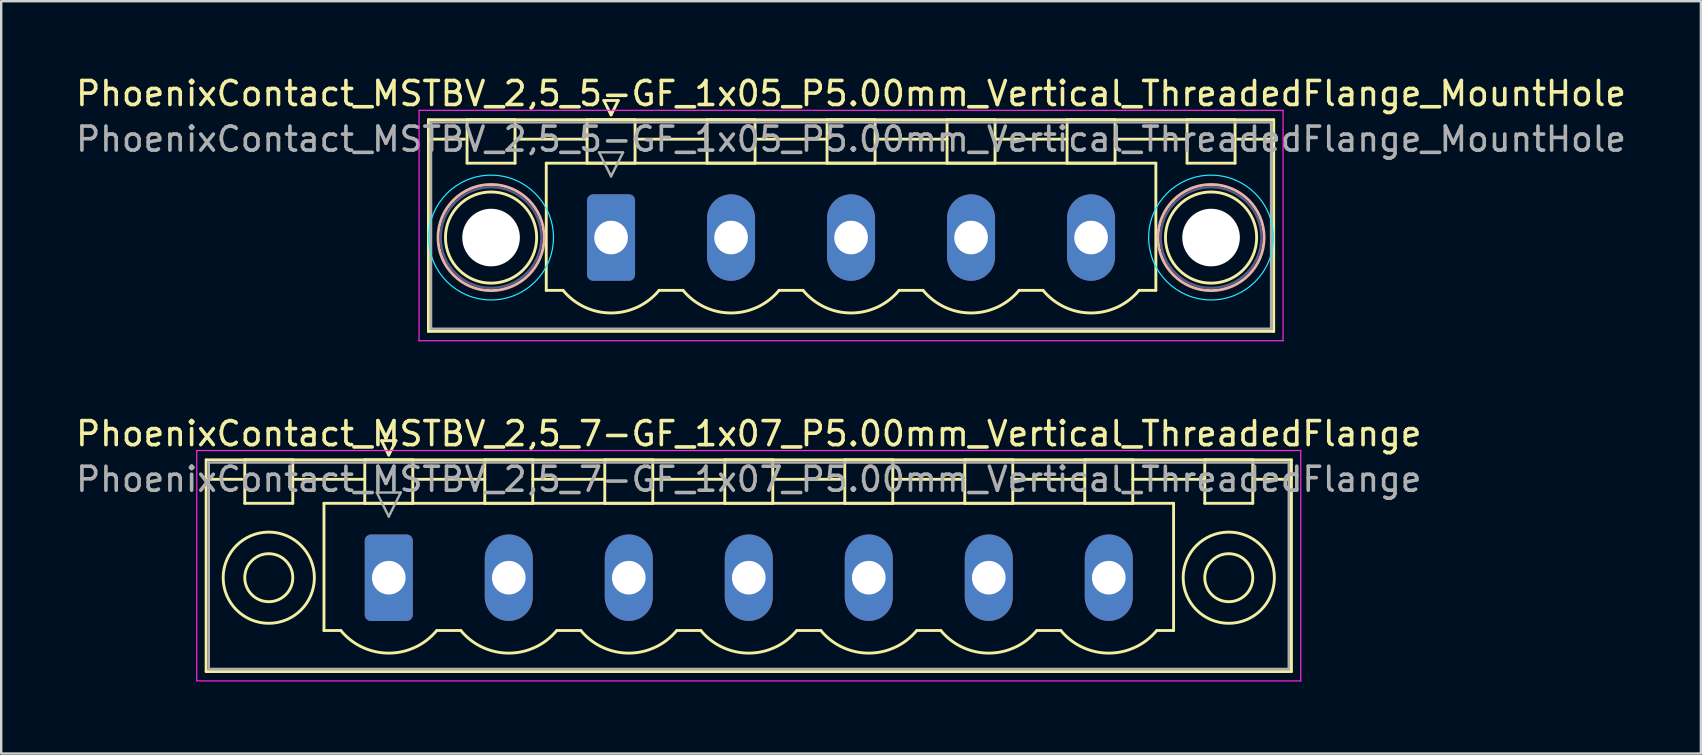
<source format=kicad_pcb>
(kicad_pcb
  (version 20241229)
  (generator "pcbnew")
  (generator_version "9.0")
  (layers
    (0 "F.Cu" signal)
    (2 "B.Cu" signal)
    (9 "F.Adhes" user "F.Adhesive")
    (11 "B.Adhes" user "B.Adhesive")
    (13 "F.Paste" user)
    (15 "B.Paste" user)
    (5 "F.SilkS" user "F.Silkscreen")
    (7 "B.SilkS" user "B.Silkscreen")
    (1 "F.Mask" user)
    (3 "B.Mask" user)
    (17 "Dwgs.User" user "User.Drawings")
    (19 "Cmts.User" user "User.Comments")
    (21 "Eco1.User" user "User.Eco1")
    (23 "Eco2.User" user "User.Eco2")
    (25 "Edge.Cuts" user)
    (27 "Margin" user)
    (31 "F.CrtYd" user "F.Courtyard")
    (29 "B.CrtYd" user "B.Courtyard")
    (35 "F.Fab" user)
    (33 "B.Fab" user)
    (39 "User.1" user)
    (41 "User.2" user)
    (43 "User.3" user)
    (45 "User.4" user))
  (footprint "PhoenixContact_MSTBV_2,5_5-GF_1x05_P5.00mm_Vertical_ThreadedFlange_MountHole"
    (layer "F.Cu")
    (at 22.411 6.848)
    (property "Reference" "PhoenixContact_MSTBV_2,5_5-GF_1x05_P5.00mm_Vertical_ThreadedFlange_MountHole" (at 10 -6 0) (layer "F.SilkS") (effects (font (size 1 1) (thickness 0.15))))
    (attr through_hole)
    (fp_line (start -7.61 -4.91) (end -7.61 3.91) (stroke (width 0.12) (type solid)) (layer "F.SilkS"))
    (fp_line (start -7.61 -4.1) (end -6.11 -4.1) (stroke (width 0.12) (type solid)) (layer "F.SilkS"))
    (fp_line (start -7.61 3.91) (end 27.61 3.91) (stroke (width 0.12) (type solid)) (layer "F.SilkS"))
    (fp_line (start -6 -4.91) (end -4 -4.91) (stroke (width 0.12) (type solid)) (layer "F.SilkS"))
    (fp_line (start -6 -3.1) (end -6 -4.91) (stroke (width 0.12) (type solid)) (layer "F.SilkS"))
    (fp_line (start -4 -4.91) (end -4 -3.1) (stroke (width 0.12) (type solid)) (layer "F.SilkS"))
    (fp_line (start -4 -4.1) (end -1 -4.1) (stroke (width 0.12) (type solid)) (layer "F.SilkS"))
    (fp_line (start -4 -3.1) (end -6 -3.1) (stroke (width 0.12) (type solid)) (layer "F.SilkS"))
    (fp_line (start -2.7 -3.1) (end 22.7 -3.1) (stroke (width 0.12) (type solid)) (layer "F.SilkS"))
    (fp_line (start -2.7 2.2) (end -2.7 -3.1) (stroke (width 0.12) (type solid)) (layer "F.SilkS"))
    (fp_line (start -2 2.2) (end -2.7 2.2) (stroke (width 0.12) (type solid)) (layer "F.SilkS"))
    (fp_line (start -1 -4.91) (end 1 -4.91) (stroke (width 0.12) (type solid)) (layer "F.SilkS"))
    (fp_line (start -1 -3.1) (end -1 -4.91) (stroke (width 0.12) (type solid)) (layer "F.SilkS"))
    (fp_line (start -0.3 -5.71) (end 0.3 -5.71) (stroke (width 0.12) (type solid)) (layer "F.SilkS"))
    (fp_line (start 0 -5.11) (end -0.3 -5.71) (stroke (width 0.12) (type solid)) (layer "F.SilkS"))
    (fp_line (start 0.3 -5.71) (end 0 -5.11) (stroke (width 0.12) (type solid)) (layer "F.SilkS"))
    (fp_line (start 1 -4.91) (end 1 -3.1) (stroke (width 0.12) (type solid)) (layer "F.SilkS"))
    (fp_line (start 1 -4.1) (end 4 -4.1) (stroke (width 0.12) (type solid)) (layer "F.SilkS"))
    (fp_line (start 1 -3.1) (end -1 -3.1) (stroke (width 0.12) (type solid)) (layer "F.SilkS"))
    (fp_line (start 2 2.2) (end 3 2.2) (stroke (width 0.12) (type solid)) (layer "F.SilkS"))
    (fp_line (start 4 -4.91) (end 6 -4.91) (stroke (width 0.12) (type solid)) (layer "F.SilkS"))
    (fp_line (start 4 -3.1) (end 4 -4.91) (stroke (width 0.12) (type solid)) (layer "F.SilkS"))
    (fp_line (start 6 -4.91) (end 6 -3.1) (stroke (width 0.12) (type solid)) (layer "F.SilkS"))
    (fp_line (start 6 -4.1) (end 9 -4.1) (stroke (width 0.12) (type solid)) (layer "F.SilkS"))
    (fp_line (start 6 -3.1) (end 4 -3.1) (stroke (width 0.12) (type solid)) (layer "F.SilkS"))
    (fp_line (start 7 2.2) (end 8 2.2) (stroke (width 0.12) (type solid)) (layer "F.SilkS"))
    (fp_line (start 9 -4.91) (end 11 -4.91) (stroke (width 0.12) (type solid)) (layer "F.SilkS"))
    (fp_line (start 9 -3.1) (end 9 -4.91) (stroke (width 0.12) (type solid)) (layer "F.SilkS"))
    (fp_line (start 11 -4.91) (end 11 -3.1) (stroke (width 0.12) (type solid)) (layer "F.SilkS"))
    (fp_line (start 11 -4.1) (end 14 -4.1) (stroke (width 0.12) (type solid)) (layer "F.SilkS"))
    (fp_line (start 11 -3.1) (end 9 -3.1) (stroke (width 0.12) (type solid)) (layer "F.SilkS"))
    (fp_line (start 12 2.2) (end 13 2.2) (stroke (width 0.12) (type solid)) (layer "F.SilkS"))
    (fp_line (start 14 -4.91) (end 16 -4.91) (stroke (width 0.12) (type solid)) (layer "F.SilkS"))
    (fp_line (start 14 -3.1) (end 14 -4.91) (stroke (width 0.12) (type solid)) (layer "F.SilkS"))
    (fp_line (start 16 -4.91) (end 16 -3.1) (stroke (width 0.12) (type solid)) (layer "F.SilkS"))
    (fp_line (start 16 -4.1) (end 19 -4.1) (stroke (width 0.12) (type solid)) (layer "F.SilkS"))
    (fp_line (start 16 -3.1) (end 14 -3.1) (stroke (width 0.12) (type solid)) (layer "F.SilkS"))
    (fp_line (start 17 2.2) (end 18 2.2) (stroke (width 0.12) (type solid)) (layer "F.SilkS"))
    (fp_line (start 19 -4.91) (end 21 -4.91) (stroke (width 0.12) (type solid)) (layer "F.SilkS"))
    (fp_line (start 19 -3.1) (end 19 -4.91) (stroke (width 0.12) (type solid)) (layer "F.SilkS"))
    (fp_line (start 21 -4.91) (end 21 -3.1) (stroke (width 0.12) (type solid)) (layer "F.SilkS"))
    (fp_line (start 21 -4.1) (end 24 -4.1) (stroke (width 0.12) (type solid)) (layer "F.SilkS"))
    (fp_line (start 21 -3.1) (end 19 -3.1) (stroke (width 0.12) (type solid)) (layer "F.SilkS"))
    (fp_line (start 22.7 -3.1) (end 22.7 2.2) (stroke (width 0.12) (type solid)) (layer "F.SilkS"))
    (fp_line (start 22.7 2.2) (end 22 2.2) (stroke (width 0.12) (type solid)) (layer "F.SilkS"))
    (fp_line (start 24 -4.91) (end 26 -4.91) (stroke (width 0.12) (type solid)) (layer "F.SilkS"))
    (fp_line (start 24 -3.1) (end 24 -4.91) (stroke (width 0.12) (type solid)) (layer "F.SilkS"))
    (fp_line (start 26 -4.91) (end 26 -3.1) (stroke (width 0.12) (type solid)) (layer "F.SilkS"))
    (fp_line (start 26 -3.1) (end 24 -3.1) (stroke (width 0.12) (type solid)) (layer "F.SilkS"))
    (fp_line (start 27.61 -4.91) (end -7.61 -4.91) (stroke (width 0.12) (type solid)) (layer "F.SilkS"))
    (fp_line (start 27.61 -4.1) (end 26.11 -4.1) (stroke (width 0.12) (type solid)) (layer "F.SilkS"))
    (fp_line (start 27.61 3.91) (end 27.61 -4.91) (stroke (width 0.12) (type solid)) (layer "F.SilkS"))
    (fp_arc (start 1.986842 2.215821) (mid -0.010289 3.142758) (end -2 2.2) (stroke (width 0.12) (type solid)) (layer "F.SilkS"))
    (fp_arc (start 6.986842 2.215821) (mid 4.989711 3.142758) (end 3 2.2) (stroke (width 0.12) (type solid)) (layer "F.SilkS"))
    (fp_arc (start 11.986842 2.215821) (mid 9.989711 3.142758) (end 8 2.2) (stroke (width 0.12) (type solid)) (layer "F.SilkS"))
    (fp_arc (start 16.986842 2.215821) (mid 14.989711 3.142758) (end 13 2.2) (stroke (width 0.12) (type solid)) (layer "F.SilkS"))
    (fp_arc (start 21.986842 2.215821) (mid 19.989711 3.142758) (end 18 2.2) (stroke (width 0.12) (type solid)) (layer "F.SilkS"))
    (fp_circle (center -5 0) (end -3.1 0) (stroke (width 0.12) (type solid)) (fill no) (layer "F.SilkS"))
    (fp_circle (center 25 0) (end 26.9 0) (stroke (width 0.12) (type solid)) (fill no) (layer "F.SilkS"))
    (fp_circle (center -5 0) (end -2.79 0) (stroke (width 0.12) (type solid)) (fill no) (layer "B.SilkS"))
    (fp_circle (center 25 0) (end 27.21 0) (stroke (width 0.12) (type solid)) (fill no) (layer "B.SilkS"))
    (fp_circle (center -5 0) (end -2.4 0) (stroke (width 0.05) (type solid)) (fill no) (layer "B.CrtYd"))
    (fp_circle (center 25 0) (end 27.6 0) (stroke (width 0.05) (type solid)) (fill no) (layer "B.CrtYd"))
    (fp_line (start -8 -5.3) (end -8 4.3) (stroke (width 0.05) (type solid)) (layer "F.CrtYd"))
    (fp_line (start -8 4.3) (end 28 4.3) (stroke (width 0.05) (type solid)) (layer "F.CrtYd"))
    (fp_line (start 28 -5.3) (end -8 -5.3) (stroke (width 0.05) (type solid)) (layer "F.CrtYd"))
    (fp_line (start 28 4.3) (end 28 -5.3) (stroke (width 0.05) (type solid)) (layer "F.CrtYd"))
    (fp_circle (center -5 0) (end -2.9 0) (stroke (width 0.1) (type solid)) (fill no) (layer "B.Fab"))
    (fp_circle (center 25 0) (end 27.1 0) (stroke (width 0.1) (type solid)) (fill no) (layer "B.Fab"))
    (fp_line (start -7.5 -4.8) (end -7.5 3.8) (stroke (width 0.1) (type solid)) (layer "F.Fab"))
    (fp_line (start -7.5 3.8) (end 27.5 3.8) (stroke (width 0.1) (type solid)) (layer "F.Fab"))
    (fp_line (start -0.5 -3.55) (end 0.5 -3.55) (stroke (width 0.1) (type solid)) (layer "F.Fab"))
    (fp_line (start 0 -2.55) (end -0.5 -3.55) (stroke (width 0.1) (type solid)) (layer "F.Fab"))
    (fp_line (start 0.5 -3.55) (end 0 -2.55) (stroke (width 0.1) (type solid)) (layer "F.Fab"))
    (fp_line (start 27.5 -4.8) (end -7.5 -4.8) (stroke (width 0.1) (type solid)) (layer "F.Fab"))
    (fp_line (start 27.5 3.8) (end 27.5 -4.8) (stroke (width 0.1) (type solid)) (layer "F.Fab"))
    (fp_text user "${REFERENCE}" (at 10 -4.1 0) (layer "F.Fab") (effects (font (size 1 1) (thickness 0.15))))
    (pad "" np_thru_hole circle (at -5 0) (size 2.4 2.4) (drill 2.4) (layers "*.Cu" "*.Mask"))
    (pad "" np_thru_hole circle (at 25 0) (size 2.4 2.4) (drill 2.4) (layers "*.Cu" "*.Mask"))
    (pad "1" thru_hole roundrect (at 0 0) (size 2 3.6) (drill 1.4) (layers "*.Cu" "*.Mask") (roundrect_rratio 0.125))
    (pad "2" thru_hole oval (at 5 0) (size 2 3.6) (drill 1.4) (layers "*.Cu" "*.Mask"))
    (pad "3" thru_hole oval (at 10 0) (size 2 3.6) (drill 1.4) (layers "*.Cu" "*.Mask"))
    (pad "4" thru_hole oval (at 15 0) (size 2 3.6) (drill 1.4) (layers "*.Cu" "*.Mask"))
    (pad "5" thru_hole oval (at 20 0) (size 2 3.6) (drill 1.4) (layers "*.Cu" "*.Mask")))
  (footprint "PhoenixContact_MSTBV_2,5_7-GF_1x07_P5.00mm_Vertical_ThreadedFlange"
    (layer "F.Cu")
    (at 13.149 21.021)
    (property "Reference" "PhoenixContact_MSTBV_2,5_7-GF_1x07_P5.00mm_Vertical_ThreadedFlange" (at 15 -6 0) (layer "F.SilkS") (effects (font (size 1 1) (thickness 0.15))))
    (attr through_hole)
    (fp_line (start -7.61 -4.91) (end -7.61 3.91) (stroke (width 0.12) (type solid)) (layer "F.SilkS"))
    (fp_line (start -7.61 -4.1) (end -6.11 -4.1) (stroke (width 0.12) (type solid)) (layer "F.SilkS"))
    (fp_line (start -7.61 3.91) (end 37.61 3.91) (stroke (width 0.12) (type solid)) (layer "F.SilkS"))
    (fp_line (start -6 -4.91) (end -4 -4.91) (stroke (width 0.12) (type solid)) (layer "F.SilkS"))
    (fp_line (start -6 -3.1) (end -6 -4.91) (stroke (width 0.12) (type solid)) (layer "F.SilkS"))
    (fp_line (start -4 -4.91) (end -4 -3.1) (stroke (width 0.12) (type solid)) (layer "F.SilkS"))
    (fp_line (start -4 -4.1) (end -1 -4.1) (stroke (width 0.12) (type solid)) (layer "F.SilkS"))
    (fp_line (start -4 -3.1) (end -6 -3.1) (stroke (width 0.12) (type solid)) (layer "F.SilkS"))
    (fp_line (start -2.7 -3.1) (end 32.7 -3.1) (stroke (width 0.12) (type solid)) (layer "F.SilkS"))
    (fp_line (start -2.7 2.2) (end -2.7 -3.1) (stroke (width 0.12) (type solid)) (layer "F.SilkS"))
    (fp_line (start -2 2.2) (end -2.7 2.2) (stroke (width 0.12) (type solid)) (layer "F.SilkS"))
    (fp_line (start -1 -4.91) (end 1 -4.91) (stroke (width 0.12) (type solid)) (layer "F.SilkS"))
    (fp_line (start -1 -3.1) (end -1 -4.91) (stroke (width 0.12) (type solid)) (layer "F.SilkS"))
    (fp_line (start -0.3 -5.71) (end 0.3 -5.71) (stroke (width 0.12) (type solid)) (layer "F.SilkS"))
    (fp_line (start 0 -5.11) (end -0.3 -5.71) (stroke (width 0.12) (type solid)) (layer "F.SilkS"))
    (fp_line (start 0.3 -5.71) (end 0 -5.11) (stroke (width 0.12) (type solid)) (layer "F.SilkS"))
    (fp_line (start 1 -4.91) (end 1 -3.1) (stroke (width 0.12) (type solid)) (layer "F.SilkS"))
    (fp_line (start 1 -4.1) (end 4 -4.1) (stroke (width 0.12) (type solid)) (layer "F.SilkS"))
    (fp_line (start 1 -3.1) (end -1 -3.1) (stroke (width 0.12) (type solid)) (layer "F.SilkS"))
    (fp_line (start 2 2.2) (end 3 2.2) (stroke (width 0.12) (type solid)) (layer "F.SilkS"))
    (fp_line (start 4 -4.91) (end 6 -4.91) (stroke (width 0.12) (type solid)) (layer "F.SilkS"))
    (fp_line (start 4 -3.1) (end 4 -4.91) (stroke (width 0.12) (type solid)) (layer "F.SilkS"))
    (fp_line (start 6 -4.91) (end 6 -3.1) (stroke (width 0.12) (type solid)) (layer "F.SilkS"))
    (fp_line (start 6 -4.1) (end 9 -4.1) (stroke (width 0.12) (type solid)) (layer "F.SilkS"))
    (fp_line (start 6 -3.1) (end 4 -3.1) (stroke (width 0.12) (type solid)) (layer "F.SilkS"))
    (fp_line (start 7 2.2) (end 8 2.2) (stroke (width 0.12) (type solid)) (layer "F.SilkS"))
    (fp_line (start 9 -4.91) (end 11 -4.91) (stroke (width 0.12) (type solid)) (layer "F.SilkS"))
    (fp_line (start 9 -3.1) (end 9 -4.91) (stroke (width 0.12) (type solid)) (layer "F.SilkS"))
    (fp_line (start 11 -4.91) (end 11 -3.1) (stroke (width 0.12) (type solid)) (layer "F.SilkS"))
    (fp_line (start 11 -4.1) (end 14 -4.1) (stroke (width 0.12) (type solid)) (layer "F.SilkS"))
    (fp_line (start 11 -3.1) (end 9 -3.1) (stroke (width 0.12) (type solid)) (layer "F.SilkS"))
    (fp_line (start 12 2.2) (end 13 2.2) (stroke (width 0.12) (type solid)) (layer "F.SilkS"))
    (fp_line (start 14 -4.91) (end 16 -4.91) (stroke (width 0.12) (type solid)) (layer "F.SilkS"))
    (fp_line (start 14 -3.1) (end 14 -4.91) (stroke (width 0.12) (type solid)) (layer "F.SilkS"))
    (fp_line (start 16 -4.91) (end 16 -3.1) (stroke (width 0.12) (type solid)) (layer "F.SilkS"))
    (fp_line (start 16 -4.1) (end 19 -4.1) (stroke (width 0.12) (type solid)) (layer "F.SilkS"))
    (fp_line (start 16 -3.1) (end 14 -3.1) (stroke (width 0.12) (type solid)) (layer "F.SilkS"))
    (fp_line (start 17 2.2) (end 18 2.2) (stroke (width 0.12) (type solid)) (layer "F.SilkS"))
    (fp_line (start 19 -4.91) (end 21 -4.91) (stroke (width 0.12) (type solid)) (layer "F.SilkS"))
    (fp_line (start 19 -3.1) (end 19 -4.91) (stroke (width 0.12) (type solid)) (layer "F.SilkS"))
    (fp_line (start 21 -4.91) (end 21 -3.1) (stroke (width 0.12) (type solid)) (layer "F.SilkS"))
    (fp_line (start 21 -4.1) (end 24 -4.1) (stroke (width 0.12) (type solid)) (layer "F.SilkS"))
    (fp_line (start 21 -3.1) (end 19 -3.1) (stroke (width 0.12) (type solid)) (layer "F.SilkS"))
    (fp_line (start 22 2.2) (end 23 2.2) (stroke (width 0.12) (type solid)) (layer "F.SilkS"))
    (fp_line (start 24 -4.91) (end 26 -4.91) (stroke (width 0.12) (type solid)) (layer "F.SilkS"))
    (fp_line (start 24 -3.1) (end 24 -4.91) (stroke (width 0.12) (type solid)) (layer "F.SilkS"))
    (fp_line (start 26 -4.91) (end 26 -3.1) (stroke (width 0.12) (type solid)) (layer "F.SilkS"))
    (fp_line (start 26 -4.1) (end 29 -4.1) (stroke (width 0.12) (type solid)) (layer "F.SilkS"))
    (fp_line (start 26 -3.1) (end 24 -3.1) (stroke (width 0.12) (type solid)) (layer "F.SilkS"))
    (fp_line (start 27 2.2) (end 28 2.2) (stroke (width 0.12) (type solid)) (layer "F.SilkS"))
    (fp_line (start 29 -4.91) (end 31 -4.91) (stroke (width 0.12) (type solid)) (layer "F.SilkS"))
    (fp_line (start 29 -3.1) (end 29 -4.91) (stroke (width 0.12) (type solid)) (layer "F.SilkS"))
    (fp_line (start 31 -4.91) (end 31 -3.1) (stroke (width 0.12) (type solid)) (layer "F.SilkS"))
    (fp_line (start 31 -4.1) (end 34 -4.1) (stroke (width 0.12) (type solid)) (layer "F.SilkS"))
    (fp_line (start 31 -3.1) (end 29 -3.1) (stroke (width 0.12) (type solid)) (layer "F.SilkS"))
    (fp_line (start 32.7 -3.1) (end 32.7 2.2) (stroke (width 0.12) (type solid)) (layer "F.SilkS"))
    (fp_line (start 32.7 2.2) (end 32 2.2) (stroke (width 0.12) (type solid)) (layer "F.SilkS"))
    (fp_line (start 34 -4.91) (end 36 -4.91) (stroke (width 0.12) (type solid)) (layer "F.SilkS"))
    (fp_line (start 34 -3.1) (end 34 -4.91) (stroke (width 0.12) (type solid)) (layer "F.SilkS"))
    (fp_line (start 36 -4.91) (end 36 -3.1) (stroke (width 0.12) (type solid)) (layer "F.SilkS"))
    (fp_line (start 36 -3.1) (end 34 -3.1) (stroke (width 0.12) (type solid)) (layer "F.SilkS"))
    (fp_line (start 37.61 -4.91) (end -7.61 -4.91) (stroke (width 0.12) (type solid)) (layer "F.SilkS"))
    (fp_line (start 37.61 -4.1) (end 36.11 -4.1) (stroke (width 0.12) (type solid)) (layer "F.SilkS"))
    (fp_line (start 37.61 3.91) (end 37.61 -4.91) (stroke (width 0.12) (type solid)) (layer "F.SilkS"))
    (fp_arc (start 1.986842 2.215821) (mid -0.010289 3.142758) (end -2 2.2) (stroke (width 0.12) (type solid)) (layer "F.SilkS"))
    (fp_arc (start 6.986842 2.215821) (mid 4.989711 3.142758) (end 3 2.2) (stroke (width 0.12) (type solid)) (layer "F.SilkS"))
    (fp_arc (start 11.986842 2.215821) (mid 9.989711 3.142758) (end 8 2.2) (stroke (width 0.12) (type solid)) (layer "F.SilkS"))
    (fp_arc (start 16.986842 2.215821) (mid 14.989711 3.142758) (end 13 2.2) (stroke (width 0.12) (type solid)) (layer "F.SilkS"))
    (fp_arc (start 21.986842 2.215821) (mid 19.989711 3.142758) (end 18 2.2) (stroke (width 0.12) (type solid)) (layer "F.SilkS"))
    (fp_arc (start 26.986842 2.215821) (mid 24.989711 3.142758) (end 23 2.2) (stroke (width 0.12) (type solid)) (layer "F.SilkS"))
    (fp_arc (start 31.986842 2.215821) (mid 29.989711 3.142758) (end 28 2.2) (stroke (width 0.12) (type solid)) (layer "F.SilkS"))
    (fp_circle (center -5 0) (end -4 0) (stroke (width 0.12) (type solid)) (fill no) (layer "F.SilkS"))
    (fp_circle (center -5 0) (end -3.1 0) (stroke (width 0.12) (type solid)) (fill no) (layer "F.SilkS"))
    (fp_circle (center 35 0) (end 36 0) (stroke (width 0.12) (type solid)) (fill no) (layer "F.SilkS"))
    (fp_circle (center 35 0) (end 36.9 0) (stroke (width 0.12) (type solid)) (fill no) (layer "F.SilkS"))
    (fp_line (start -8 -5.3) (end -8 4.3) (stroke (width 0.05) (type solid)) (layer "F.CrtYd"))
    (fp_line (start -8 4.3) (end 38 4.3) (stroke (width 0.05) (type solid)) (layer "F.CrtYd"))
    (fp_line (start 38 -5.3) (end -8 -5.3) (stroke (width 0.05) (type solid)) (layer "F.CrtYd"))
    (fp_line (start 38 4.3) (end 38 -5.3) (stroke (width 0.05) (type solid)) (layer "F.CrtYd"))
    (fp_line (start -7.5 -4.8) (end -7.5 3.8) (stroke (width 0.1) (type solid)) (layer "F.Fab"))
    (fp_line (start -7.5 3.8) (end 37.5 3.8) (stroke (width 0.1) (type solid)) (layer "F.Fab"))
    (fp_line (start -0.5 -3.55) (end 0.5 -3.55) (stroke (width 0.1) (type solid)) (layer "F.Fab"))
    (fp_line (start 0 -2.55) (end -0.5 -3.55) (stroke (width 0.1) (type solid)) (layer "F.Fab"))
    (fp_line (start 0.5 -3.55) (end 0 -2.55) (stroke (width 0.1) (type solid)) (layer "F.Fab"))
    (fp_line (start 37.5 -4.8) (end -7.5 -4.8) (stroke (width 0.1) (type solid)) (layer "F.Fab"))
    (fp_line (start 37.5 3.8) (end 37.5 -4.8) (stroke (width 0.1) (type solid)) (layer "F.Fab"))
    (fp_text user "${REFERENCE}" (at 15 -4.1 0) (layer "F.Fab") (effects (font (size 1 1) (thickness 0.15))))
    (pad "1" thru_hole roundrect (at 0 0) (size 2 3.6) (drill 1.4) (layers "*.Cu" "*.Mask") (roundrect_rratio 0.125))
    (pad "2" thru_hole oval (at 5 0) (size 2 3.6) (drill 1.4) (layers "*.Cu" "*.Mask"))
    (pad "3" thru_hole oval (at 10 0) (size 2 3.6) (drill 1.4) (layers "*.Cu" "*.Mask"))
    (pad "4" thru_hole oval (at 15 0) (size 2 3.6) (drill 1.4) (layers "*.Cu" "*.Mask"))
    (pad "5" thru_hole oval (at 20 0) (size 2 3.6) (drill 1.4) (layers "*.Cu" "*.Mask"))
    (pad "6" thru_hole oval (at 25 0) (size 2 3.6) (drill 1.4) (layers "*.Cu" "*.Mask"))
    (pad "7" thru_hole oval (at 30 0) (size 2 3.6) (drill 1.4) (layers "*.Cu" "*.Mask")))
  (gr_rect
    (start -3 -3)
    (end 67.821 28.346)
    (stroke (width 0.1) (type default))
    (fill no)
    (layer "Edge.Cuts")))
</source>
